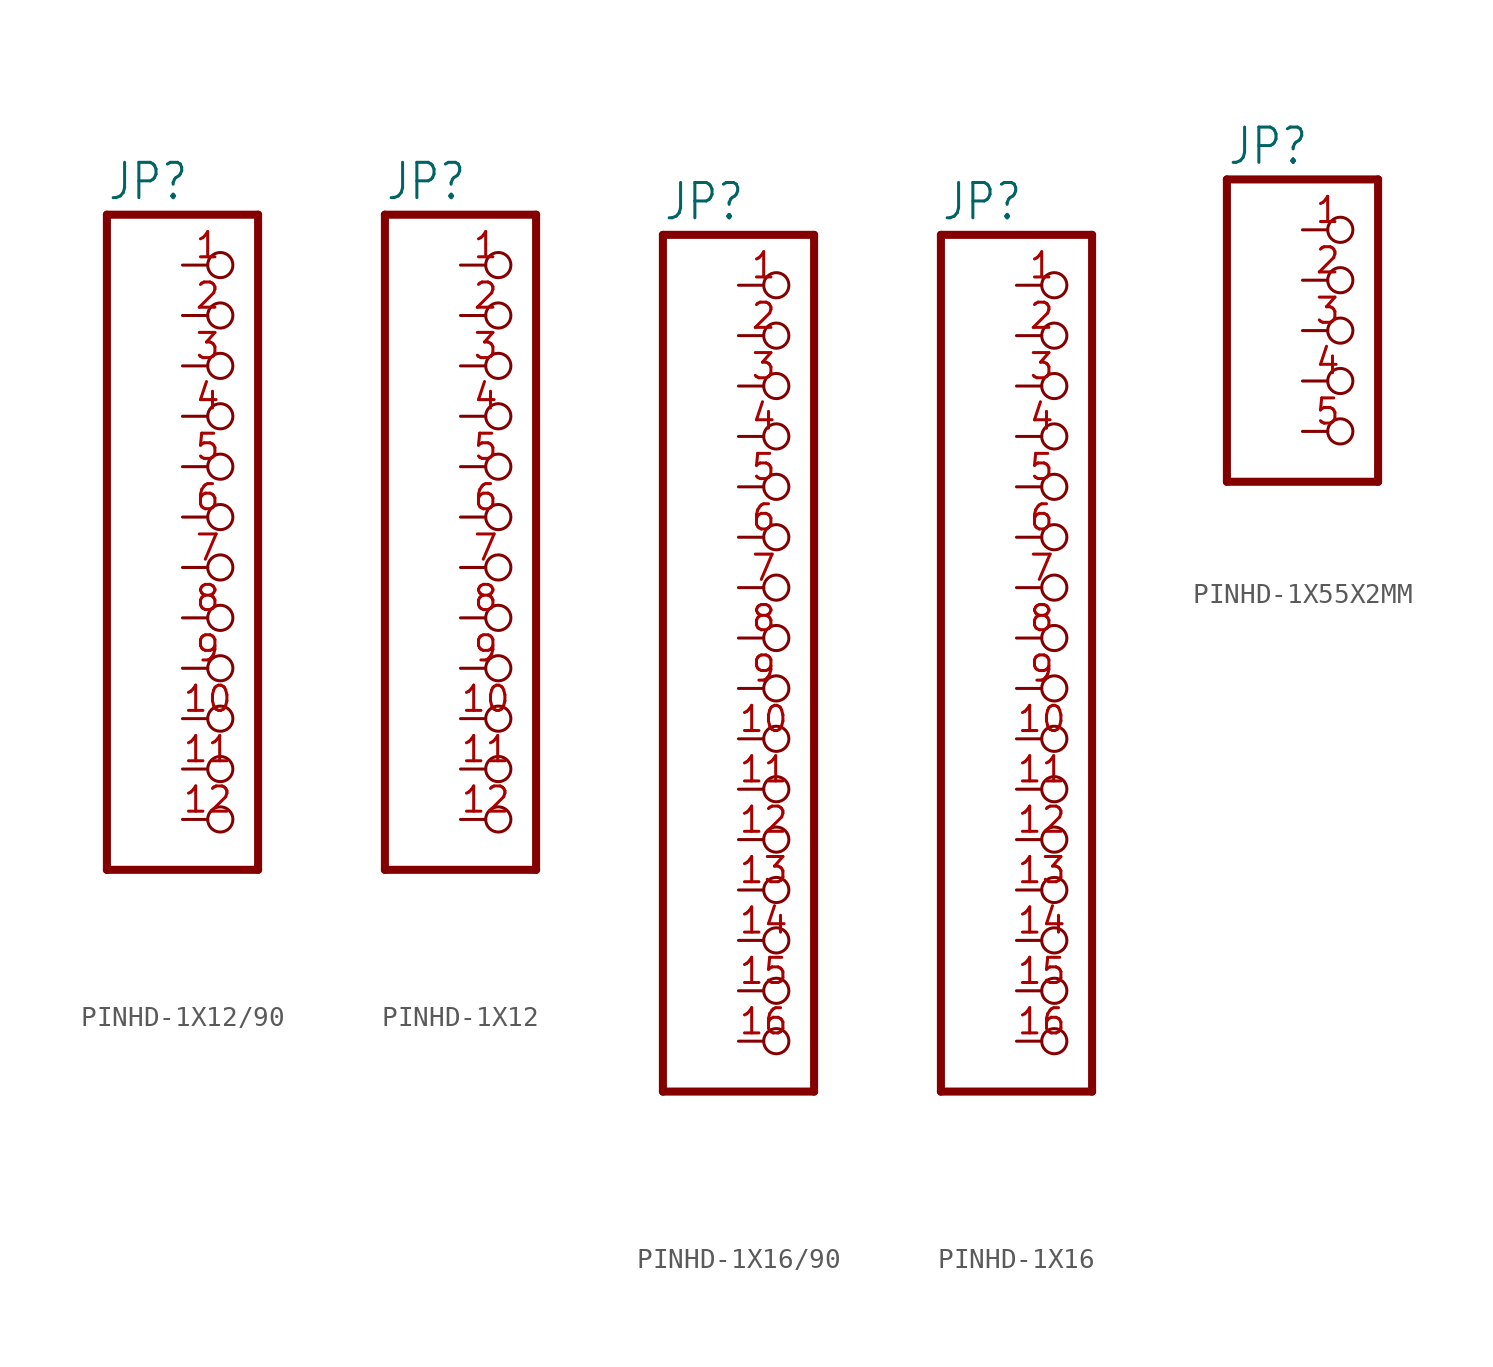
<source format=kicad_sym>
(kicad_symbol_lib
  (version 20231120)
  (generator "kicad_symbol_editor")
  (generator_version "8.0")
  (symbol "PINHD-1X12/90"
    (property "Reference" "JP"
      (at -6.35 15.875 0)
      (effects (font (size 1.778 1.511)) (justify left bottom)))
    (property "Value" ""
      (at -6.35 -20.32 0)
      (effects (font (size 1.778 1.511)) (justify left bottom)))
    (property "ki_locked" ""
      (at 0 0 0)
      (effects (font (size 1.27 1.27))))
    (symbol "PINHD-1X12/90_1_0"
      (polyline (pts (xy -6.35 -17.78) (xy 1.27 -17.78)) (stroke (width 0.406) (type solid)) (fill (type none)))
      (polyline (pts (xy -6.35 15.24) (xy -6.35 -17.78)) (stroke (width 0.406) (type solid)) (fill (type none)))
      (polyline (pts (xy 1.27 -17.78) (xy 1.27 15.24)) (stroke (width 0.406) (type solid)) (fill (type none)))
      (polyline (pts (xy 1.27 15.24) (xy -6.35 15.24)) (stroke (width 0.406) (type solid)) (fill (type none)))
      (pin passive inverted (at -2.54 12.7 0) (length 2.54) (name "1" (effects (font (size 0 0)))) (number "1" (effects (font (size 1.27 1.27)))))
      (pin passive inverted (at -2.54 -10.16 0) (length 2.54) (name "10" (effects (font (size 0 0)))) (number "10" (effects (font (size 1.27 1.27)))))
      (pin passive inverted (at -2.54 -12.7 0) (length 2.54) (name "11" (effects (font (size 0 0)))) (number "11" (effects (font (size 1.27 1.27)))))
      (pin passive inverted (at -2.54 -15.24 0) (length 2.54) (name "12" (effects (font (size 0 0)))) (number "12" (effects (font (size 1.27 1.27)))))
      (pin passive inverted (at -2.54 10.16 0) (length 2.54) (name "2" (effects (font (size 0 0)))) (number "2" (effects (font (size 1.27 1.27)))))
      (pin passive inverted (at -2.54 7.62 0) (length 2.54) (name "3" (effects (font (size 0 0)))) (number "3" (effects (font (size 1.27 1.27)))))
      (pin passive inverted (at -2.54 5.08 0) (length 2.54) (name "4" (effects (font (size 0 0)))) (number "4" (effects (font (size 1.27 1.27)))))
      (pin passive inverted (at -2.54 2.54 0) (length 2.54) (name "5" (effects (font (size 0 0)))) (number "5" (effects (font (size 1.27 1.27)))))
      (pin passive inverted (at -2.54 0 0) (length 2.54) (name "6" (effects (font (size 0 0)))) (number "6" (effects (font (size 1.27 1.27)))))
      (pin passive inverted (at -2.54 -2.54 0) (length 2.54) (name "7" (effects (font (size 0 0)))) (number "7" (effects (font (size 1.27 1.27)))))
      (pin passive inverted (at -2.54 -5.08 0) (length 2.54) (name "8" (effects (font (size 0 0)))) (number "8" (effects (font (size 1.27 1.27)))))
      (pin passive inverted (at -2.54 -7.62 0) (length 2.54) (name "9" (effects (font (size 0 0)))) (number "9" (effects (font (size 1.27 1.27)))))))
  (symbol "PINHD-1X12"
    (property "Reference" "JP"
      (at -6.35 15.875 0)
      (effects (font (size 1.778 1.511)) (justify left bottom)))
    (property "Value" ""
      (at -6.35 -20.32 0)
      (effects (font (size 1.778 1.511)) (justify left bottom)))
    (property "ki_locked" ""
      (at 0 0 0)
      (effects (font (size 1.27 1.27))))
    (symbol "PINHD-1X12_1_0"
      (polyline (pts (xy -6.35 -17.78) (xy 1.27 -17.78)) (stroke (width 0.406) (type solid)) (fill (type none)))
      (polyline (pts (xy -6.35 15.24) (xy -6.35 -17.78)) (stroke (width 0.406) (type solid)) (fill (type none)))
      (polyline (pts (xy 1.27 -17.78) (xy 1.27 15.24)) (stroke (width 0.406) (type solid)) (fill (type none)))
      (polyline (pts (xy 1.27 15.24) (xy -6.35 15.24)) (stroke (width 0.406) (type solid)) (fill (type none)))
      (pin passive inverted (at -2.54 12.7 0) (length 2.54) (name "1" (effects (font (size 0 0)))) (number "1" (effects (font (size 1.27 1.27)))))
      (pin passive inverted (at -2.54 -10.16 0) (length 2.54) (name "10" (effects (font (size 0 0)))) (number "10" (effects (font (size 1.27 1.27)))))
      (pin passive inverted (at -2.54 -12.7 0) (length 2.54) (name "11" (effects (font (size 0 0)))) (number "11" (effects (font (size 1.27 1.27)))))
      (pin passive inverted (at -2.54 -15.24 0) (length 2.54) (name "12" (effects (font (size 0 0)))) (number "12" (effects (font (size 1.27 1.27)))))
      (pin passive inverted (at -2.54 10.16 0) (length 2.54) (name "2" (effects (font (size 0 0)))) (number "2" (effects (font (size 1.27 1.27)))))
      (pin passive inverted (at -2.54 7.62 0) (length 2.54) (name "3" (effects (font (size 0 0)))) (number "3" (effects (font (size 1.27 1.27)))))
      (pin passive inverted (at -2.54 5.08 0) (length 2.54) (name "4" (effects (font (size 0 0)))) (number "4" (effects (font (size 1.27 1.27)))))
      (pin passive inverted (at -2.54 2.54 0) (length 2.54) (name "5" (effects (font (size 0 0)))) (number "5" (effects (font (size 1.27 1.27)))))
      (pin passive inverted (at -2.54 0 0) (length 2.54) (name "6" (effects (font (size 0 0)))) (number "6" (effects (font (size 1.27 1.27)))))
      (pin passive inverted (at -2.54 -2.54 0) (length 2.54) (name "7" (effects (font (size 0 0)))) (number "7" (effects (font (size 1.27 1.27)))))
      (pin passive inverted (at -2.54 -5.08 0) (length 2.54) (name "8" (effects (font (size 0 0)))) (number "8" (effects (font (size 1.27 1.27)))))
      (pin passive inverted (at -2.54 -7.62 0) (length 2.54) (name "9" (effects (font (size 0 0)))) (number "9" (effects (font (size 1.27 1.27)))))))
  (symbol "PINHD-1X16/90"
    (property "Reference" "JP"
      (at -6.35 20.955 0)
      (effects (font (size 1.778 1.511)) (justify left bottom)))
    (property "Value" ""
      (at -6.35 -25.4 0)
      (effects (font (size 1.778 1.511)) (justify left bottom)))
    (property "ki_locked" ""
      (at 0 0 0)
      (effects (font (size 1.27 1.27))))
    (symbol "PINHD-1X16/90_1_0"
      (polyline (pts (xy -6.35 -22.86) (xy 1.27 -22.86)) (stroke (width 0.406) (type solid)) (fill (type none)))
      (polyline (pts (xy -6.35 20.32) (xy -6.35 -22.86)) (stroke (width 0.406) (type solid)) (fill (type none)))
      (polyline (pts (xy 1.27 -22.86) (xy 1.27 20.32)) (stroke (width 0.406) (type solid)) (fill (type none)))
      (polyline (pts (xy 1.27 20.32) (xy -6.35 20.32)) (stroke (width 0.406) (type solid)) (fill (type none)))
      (pin passive inverted (at -2.54 17.78 0) (length 2.54) (name "1" (effects (font (size 0 0)))) (number "1" (effects (font (size 1.27 1.27)))))
      (pin passive inverted (at -2.54 -5.08 0) (length 2.54) (name "10" (effects (font (size 0 0)))) (number "10" (effects (font (size 1.27 1.27)))))
      (pin passive inverted (at -2.54 -7.62 0) (length 2.54) (name "11" (effects (font (size 0 0)))) (number "11" (effects (font (size 1.27 1.27)))))
      (pin passive inverted (at -2.54 -10.16 0) (length 2.54) (name "12" (effects (font (size 0 0)))) (number "12" (effects (font (size 1.27 1.27)))))
      (pin passive inverted (at -2.54 -12.7 0) (length 2.54) (name "13" (effects (font (size 0 0)))) (number "13" (effects (font (size 1.27 1.27)))))
      (pin passive inverted (at -2.54 -15.24 0) (length 2.54) (name "14" (effects (font (size 0 0)))) (number "14" (effects (font (size 1.27 1.27)))))
      (pin passive inverted (at -2.54 -17.78 0) (length 2.54) (name "15" (effects (font (size 0 0)))) (number "15" (effects (font (size 1.27 1.27)))))
      (pin passive inverted (at -2.54 -20.32 0) (length 2.54) (name "16" (effects (font (size 0 0)))) (number "16" (effects (font (size 1.27 1.27)))))
      (pin passive inverted (at -2.54 15.24 0) (length 2.54) (name "2" (effects (font (size 0 0)))) (number "2" (effects (font (size 1.27 1.27)))))
      (pin passive inverted (at -2.54 12.7 0) (length 2.54) (name "3" (effects (font (size 0 0)))) (number "3" (effects (font (size 1.27 1.27)))))
      (pin passive inverted (at -2.54 10.16 0) (length 2.54) (name "4" (effects (font (size 0 0)))) (number "4" (effects (font (size 1.27 1.27)))))
      (pin passive inverted (at -2.54 7.62 0) (length 2.54) (name "5" (effects (font (size 0 0)))) (number "5" (effects (font (size 1.27 1.27)))))
      (pin passive inverted (at -2.54 5.08 0) (length 2.54) (name "6" (effects (font (size 0 0)))) (number "6" (effects (font (size 1.27 1.27)))))
      (pin passive inverted (at -2.54 2.54 0) (length 2.54) (name "7" (effects (font (size 0 0)))) (number "7" (effects (font (size 1.27 1.27)))))
      (pin passive inverted (at -2.54 0 0) (length 2.54) (name "8" (effects (font (size 0 0)))) (number "8" (effects (font (size 1.27 1.27)))))
      (pin passive inverted (at -2.54 -2.54 0) (length 2.54) (name "9" (effects (font (size 0 0)))) (number "9" (effects (font (size 1.27 1.27)))))))
  (symbol "PINHD-1X16"
    (property "Reference" "JP"
      (at -6.35 20.955 0)
      (effects (font (size 1.778 1.511)) (justify left bottom)))
    (property "Value" ""
      (at -6.35 -25.4 0)
      (effects (font (size 1.778 1.511)) (justify left bottom)))
    (property "ki_locked" ""
      (at 0 0 0)
      (effects (font (size 1.27 1.27))))
    (symbol "PINHD-1X16_1_0"
      (polyline (pts (xy -6.35 -22.86) (xy 1.27 -22.86)) (stroke (width 0.406) (type solid)) (fill (type none)))
      (polyline (pts (xy -6.35 20.32) (xy -6.35 -22.86)) (stroke (width 0.406) (type solid)) (fill (type none)))
      (polyline (pts (xy 1.27 -22.86) (xy 1.27 20.32)) (stroke (width 0.406) (type solid)) (fill (type none)))
      (polyline (pts (xy 1.27 20.32) (xy -6.35 20.32)) (stroke (width 0.406) (type solid)) (fill (type none)))
      (pin passive inverted (at -2.54 17.78 0) (length 2.54) (name "1" (effects (font (size 0 0)))) (number "1" (effects (font (size 1.27 1.27)))))
      (pin passive inverted (at -2.54 -5.08 0) (length 2.54) (name "10" (effects (font (size 0 0)))) (number "10" (effects (font (size 1.27 1.27)))))
      (pin passive inverted (at -2.54 -7.62 0) (length 2.54) (name "11" (effects (font (size 0 0)))) (number "11" (effects (font (size 1.27 1.27)))))
      (pin passive inverted (at -2.54 -10.16 0) (length 2.54) (name "12" (effects (font (size 0 0)))) (number "12" (effects (font (size 1.27 1.27)))))
      (pin passive inverted (at -2.54 -12.7 0) (length 2.54) (name "13" (effects (font (size 0 0)))) (number "13" (effects (font (size 1.27 1.27)))))
      (pin passive inverted (at -2.54 -15.24 0) (length 2.54) (name "14" (effects (font (size 0 0)))) (number "14" (effects (font (size 1.27 1.27)))))
      (pin passive inverted (at -2.54 -17.78 0) (length 2.54) (name "15" (effects (font (size 0 0)))) (number "15" (effects (font (size 1.27 1.27)))))
      (pin passive inverted (at -2.54 -20.32 0) (length 2.54) (name "16" (effects (font (size 0 0)))) (number "16" (effects (font (size 1.27 1.27)))))
      (pin passive inverted (at -2.54 15.24 0) (length 2.54) (name "2" (effects (font (size 0 0)))) (number "2" (effects (font (size 1.27 1.27)))))
      (pin passive inverted (at -2.54 12.7 0) (length 2.54) (name "3" (effects (font (size 0 0)))) (number "3" (effects (font (size 1.27 1.27)))))
      (pin passive inverted (at -2.54 10.16 0) (length 2.54) (name "4" (effects (font (size 0 0)))) (number "4" (effects (font (size 1.27 1.27)))))
      (pin passive inverted (at -2.54 7.62 0) (length 2.54) (name "5" (effects (font (size 0 0)))) (number "5" (effects (font (size 1.27 1.27)))))
      (pin passive inverted (at -2.54 5.08 0) (length 2.54) (name "6" (effects (font (size 0 0)))) (number "6" (effects (font (size 1.27 1.27)))))
      (pin passive inverted (at -2.54 2.54 0) (length 2.54) (name "7" (effects (font (size 0 0)))) (number "7" (effects (font (size 1.27 1.27)))))
      (pin passive inverted (at -2.54 0 0) (length 2.54) (name "8" (effects (font (size 0 0)))) (number "8" (effects (font (size 1.27 1.27)))))
      (pin passive inverted (at -2.54 -2.54 0) (length 2.54) (name "9" (effects (font (size 0 0)))) (number "9" (effects (font (size 1.27 1.27)))))))
  (symbol "PINHD-1X55X2MM"
    (property "Reference" "JP"
      (at -6.35 8.255 0)
      (effects (font (size 1.778 1.511)) (justify left bottom)))
    (property "Value" ""
      (at -6.35 -10.16 0)
      (effects (font (size 1.778 1.511)) (justify left bottom)))
    (property "ki_locked" ""
      (at 0 0 0)
      (effects (font (size 1.27 1.27))))
    (symbol "PINHD-1X55X2MM_1_0"
      (polyline (pts (xy -6.35 -7.62) (xy 1.27 -7.62)) (stroke (width 0.406) (type solid)) (fill (type none)))
      (polyline (pts (xy -6.35 7.62) (xy -6.35 -7.62)) (stroke (width 0.406) (type solid)) (fill (type none)))
      (polyline (pts (xy 1.27 -7.62) (xy 1.27 7.62)) (stroke (width 0.406) (type solid)) (fill (type none)))
      (polyline (pts (xy 1.27 7.62) (xy -6.35 7.62)) (stroke (width 0.406) (type solid)) (fill (type none)))
      (pin passive inverted (at -2.54 5.08 0) (length 2.54) (name "1" (effects (font (size 0 0)))) (number "1" (effects (font (size 1.27 1.27)))))
      (pin passive inverted (at -2.54 2.54 0) (length 2.54) (name "2" (effects (font (size 0 0)))) (number "2" (effects (font (size 1.27 1.27)))))
      (pin passive inverted (at -2.54 0 0) (length 2.54) (name "3" (effects (font (size 0 0)))) (number "3" (effects (font (size 1.27 1.27)))))
      (pin passive inverted (at -2.54 -2.54 0) (length 2.54) (name "4" (effects (font (size 0 0)))) (number "4" (effects (font (size 1.27 1.27)))))
      (pin passive inverted (at -2.54 -5.08 0) (length 2.54) (name "5" (effects (font (size 0 0)))) (number "5" (effects (font (size 1.27 1.27))))))))
</source>
